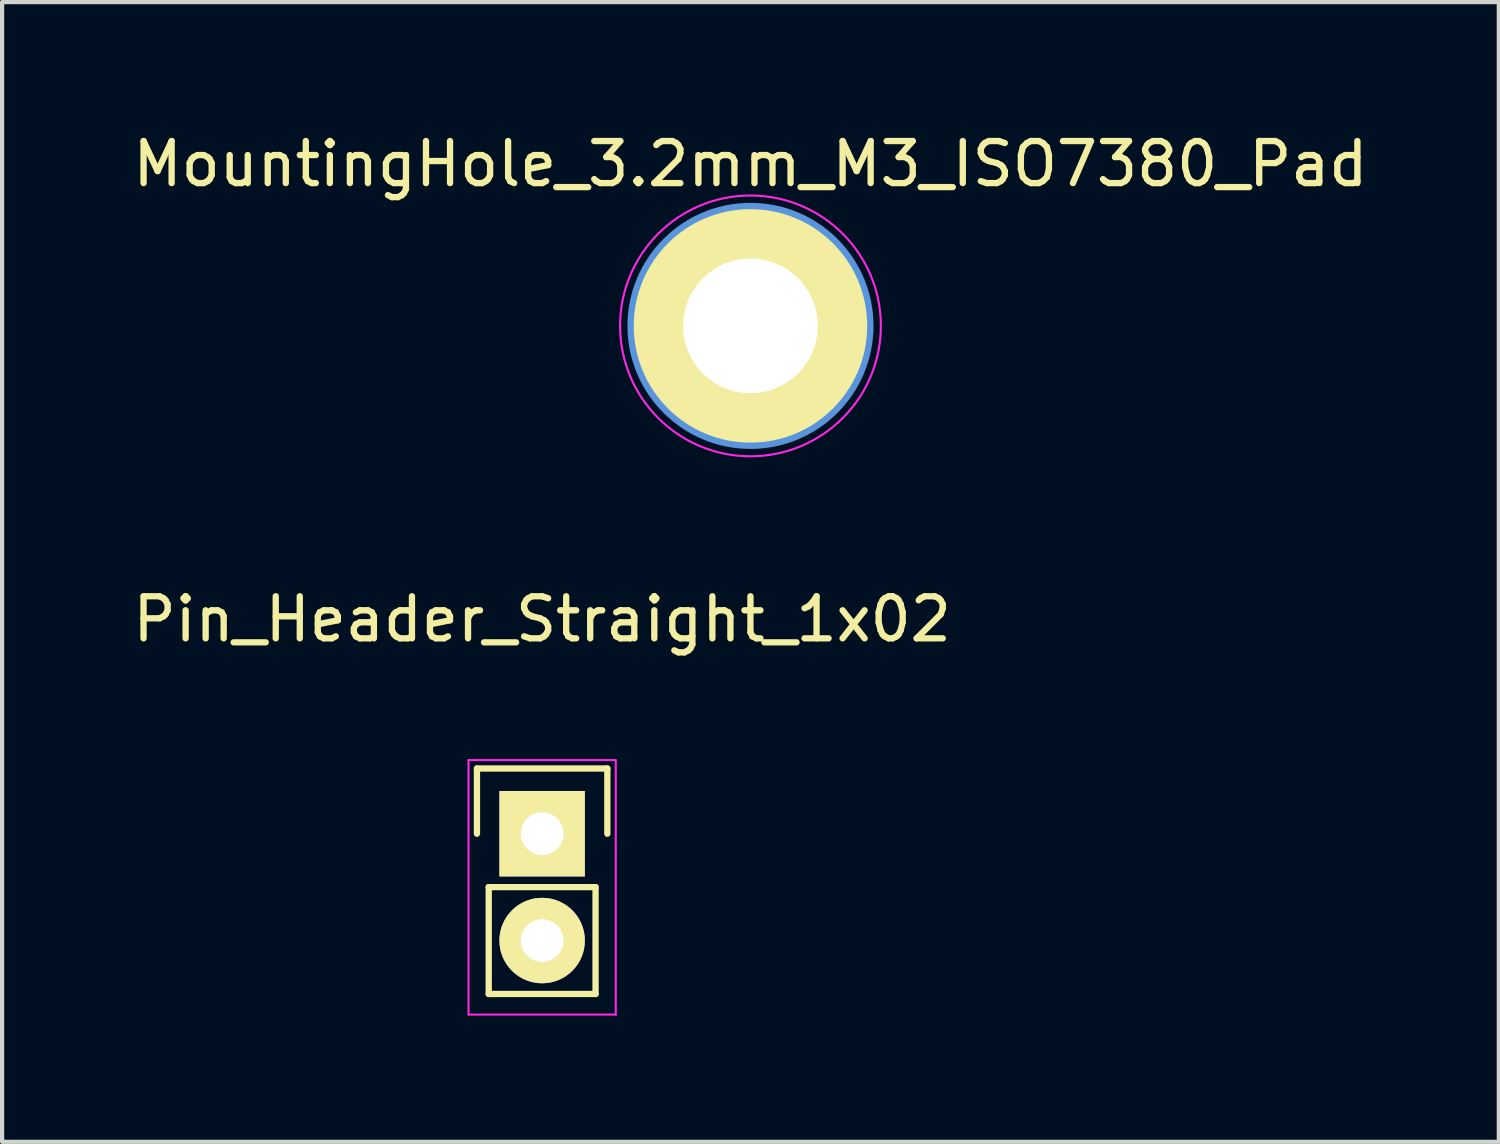
<source format=kicad_pcb>
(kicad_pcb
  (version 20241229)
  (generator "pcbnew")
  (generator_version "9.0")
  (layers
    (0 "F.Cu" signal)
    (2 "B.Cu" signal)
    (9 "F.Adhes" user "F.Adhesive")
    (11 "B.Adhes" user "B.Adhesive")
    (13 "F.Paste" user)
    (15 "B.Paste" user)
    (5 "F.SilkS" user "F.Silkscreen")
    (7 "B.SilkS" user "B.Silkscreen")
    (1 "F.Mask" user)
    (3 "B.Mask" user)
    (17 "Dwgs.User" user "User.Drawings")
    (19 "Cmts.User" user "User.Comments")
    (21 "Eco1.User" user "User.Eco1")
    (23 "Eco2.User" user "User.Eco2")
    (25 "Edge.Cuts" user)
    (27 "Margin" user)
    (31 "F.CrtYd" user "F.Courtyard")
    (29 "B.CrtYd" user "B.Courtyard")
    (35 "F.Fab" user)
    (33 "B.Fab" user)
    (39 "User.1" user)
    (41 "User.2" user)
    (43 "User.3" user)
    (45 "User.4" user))
  (footprint "MountingHole_3.2mm_M3_ISO7380_Pad"
    (layer "F.Cu")
    (at 14.792 4.698)
    (property "Reference" "MountingHole_3.2mm_M3_ISO7380_Pad" (at 0 -3.85 0) (layer "F.SilkS") (effects (font (size 1 1) (thickness 0.15))))
    (attr through_hole)
    (fp_circle (center 0 0) (end 2.85 0) (stroke (width 0.15) (type solid)) (fill no) (layer "Cmts.User"))
    (fp_circle (center 0 0) (end 3.1 0) (stroke (width 0.05) (type solid)) (fill no) (layer "F.CrtYd"))
    (pad "1" thru_hole circle (at 0 0) (size 5.7 5.7) (drill 3.2) (layers "*.Cu" "*.Mask" "F.SilkS")))
  (footprint "Pin_Header_Straight_1x02"
    (placed yes)
    (layer "F.Cu")
    (at 9.839 16.771)
    (property "Reference" "Pin_Header_Straight_1x02" (at 0 -5.1 0) (layer "F.SilkS") (effects (font (size 1 1) (thickness 0.15))))
    (attr through_hole)
    (fp_line (start -1.55 -1.55) (end 1.55 -1.55) (stroke (width 0.15) (type solid)) (layer "F.SilkS"))
    (fp_line (start -1.55 0) (end -1.55 -1.55) (stroke (width 0.15) (type solid)) (layer "F.SilkS"))
    (fp_line (start -1.27 1.27) (end -1.27 3.81) (stroke (width 0.15) (type solid)) (layer "F.SilkS"))
    (fp_line (start -1.27 3.81) (end 1.27 3.81) (stroke (width 0.15) (type solid)) (layer "F.SilkS"))
    (fp_line (start 1.27 1.27) (end -1.27 1.27) (stroke (width 0.15) (type solid)) (layer "F.SilkS"))
    (fp_line (start 1.27 1.27) (end 1.27 3.81) (stroke (width 0.15) (type solid)) (layer "F.SilkS"))
    (fp_line (start 1.55 -1.55) (end 1.55 0) (stroke (width 0.15) (type solid)) (layer "F.SilkS"))
    (fp_line (start -1.75 -1.75) (end -1.75 4.3) (stroke (width 0.05) (type solid)) (layer "F.CrtYd"))
    (fp_line (start -1.75 -1.75) (end 1.75 -1.75) (stroke (width 0.05) (type solid)) (layer "F.CrtYd"))
    (fp_line (start -1.75 4.3) (end 1.75 4.3) (stroke (width 0.05) (type solid)) (layer "F.CrtYd"))
    (fp_line (start 1.75 -1.75) (end 1.75 4.3) (stroke (width 0.05) (type solid)) (layer "F.CrtYd"))
    (pad "1" thru_hole rect (at 0 0) (size 2.032 2.032) (drill 1.016) (layers "*.Cu" "*.Mask" "F.SilkS"))
    (pad "2" thru_hole oval (at 0 2.54) (size 2.032 2.032) (drill 1.016) (layers "*.Cu" "*.Mask" "F.SilkS")))
  (gr_rect
    (start -3 -3)
    (end 32.583 24.096)
    (stroke (width 0.1) (type default))
    (fill no)
    (layer "Edge.Cuts")))
</source>
